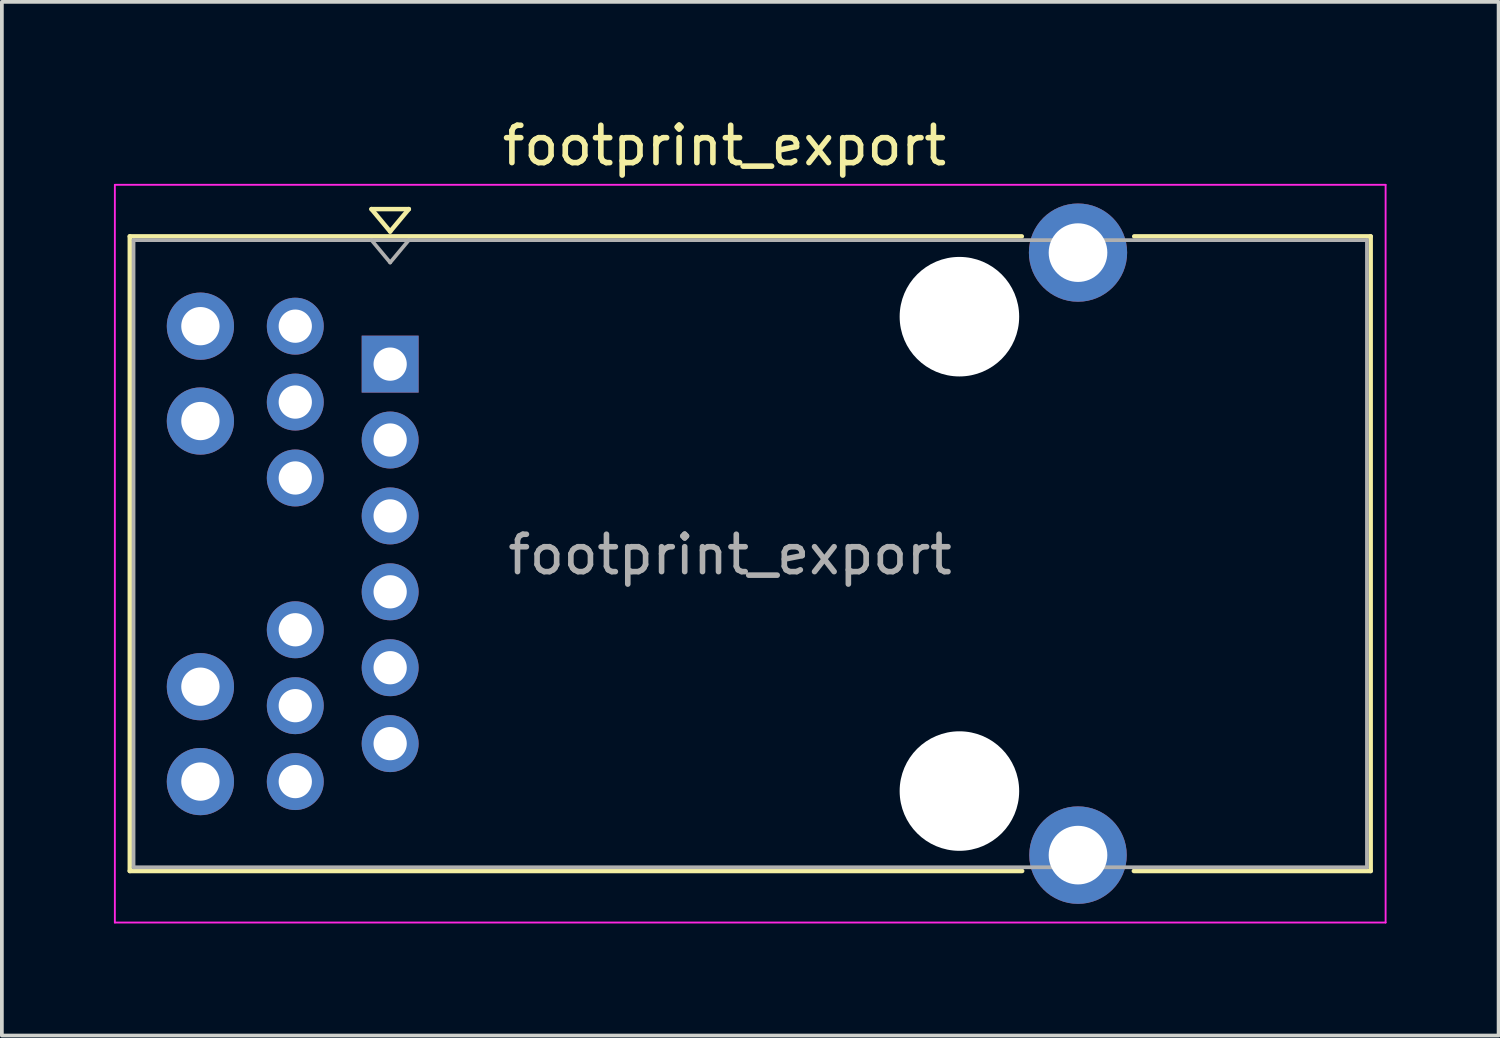
<source format=kicad_pcb>
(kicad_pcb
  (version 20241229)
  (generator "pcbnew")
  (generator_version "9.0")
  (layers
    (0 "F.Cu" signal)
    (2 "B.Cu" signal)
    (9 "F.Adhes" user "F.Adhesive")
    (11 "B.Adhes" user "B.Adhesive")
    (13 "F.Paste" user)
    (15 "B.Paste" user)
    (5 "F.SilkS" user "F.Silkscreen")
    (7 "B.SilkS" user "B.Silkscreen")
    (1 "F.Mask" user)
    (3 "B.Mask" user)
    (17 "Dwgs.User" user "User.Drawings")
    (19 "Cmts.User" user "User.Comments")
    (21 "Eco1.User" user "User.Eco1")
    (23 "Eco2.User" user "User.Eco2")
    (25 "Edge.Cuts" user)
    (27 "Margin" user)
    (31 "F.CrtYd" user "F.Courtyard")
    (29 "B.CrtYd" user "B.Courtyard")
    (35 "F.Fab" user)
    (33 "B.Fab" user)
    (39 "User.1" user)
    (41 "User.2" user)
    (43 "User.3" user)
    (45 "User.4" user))
  (footprint "footprint_export"
    (layer "F.Cu")
    (at 7.395 6.698)
    (property "Reference" "footprint_export" (at 8.95 -5.85 180) (layer "F.SilkS") (effects (font (size 1 1) (thickness 0.15))))
    (attr through_hole)
    (fp_line (start -6.97 -3.42) (end 16.91 -3.42) (stroke (width 0.12) (type solid)) (layer "F.SilkS"))
    (fp_line (start -6.97 13.57) (end -6.97 -3.42) (stroke (width 0.12) (type solid)) (layer "F.SilkS"))
    (fp_line (start -0.5 -4.15) (end 0 -3.55) (stroke (width 0.12) (type solid)) (layer "F.SilkS"))
    (fp_line (start -0.5 -4.15) (end 0.5 -4.15) (stroke (width 0.12) (type solid)) (layer "F.SilkS"))
    (fp_line (start 0.5 -4.15) (end 0 -3.55) (stroke (width 0.12) (type solid)) (layer "F.SilkS"))
    (fp_line (start 16.92 13.57) (end -6.97 13.57) (stroke (width 0.12) (type solid)) (layer "F.SilkS"))
    (fp_line (start 26.25 -3.42) (end 19.92 -3.42) (stroke (width 0.12) (type solid)) (layer "F.SilkS"))
    (fp_line (start 26.25 13.57) (end 19.91 13.57) (stroke (width 0.12) (type solid)) (layer "F.SilkS"))
    (fp_line (start 26.25 13.57) (end 26.25 -3.42) (stroke (width 0.12) (type solid)) (layer "F.SilkS"))
    (fp_line (start -7.37 -4.8) (end 26.65 -4.8) (stroke (width 0.05) (type solid)) (layer "F.CrtYd"))
    (fp_line (start -7.37 14.95) (end -7.37 -4.8) (stroke (width 0.05) (type solid)) (layer "F.CrtYd"))
    (fp_line (start -7.37 14.95) (end 26.65 14.95) (stroke (width 0.05) (type solid)) (layer "F.CrtYd"))
    (fp_line (start 26.65 14.95) (end 26.65 -4.8) (stroke (width 0.05) (type solid)) (layer "F.CrtYd"))
    (fp_line (start -6.87 -3.32) (end -6.87 13.47) (stroke (width 0.1) (type solid)) (layer "F.Fab"))
    (fp_line (start -6.87 -3.32) (end 26.15 -3.32) (stroke (width 0.1) (type solid)) (layer "F.Fab"))
    (fp_line (start -6.87 13.47) (end 26.15 13.47) (stroke (width 0.1) (type solid)) (layer "F.Fab"))
    (fp_line (start -0.5 -3.32) (end 0 -2.72) (stroke (width 0.1) (type solid)) (layer "F.Fab"))
    (fp_line (start 0 -2.72) (end 0.5 -3.32) (stroke (width 0.1) (type solid)) (layer "F.Fab"))
    (fp_line (start 26.15 13.47) (end 26.15 -3.32) (stroke (width 0.1) (type solid)) (layer "F.Fab"))
    (fp_text user "${REFERENCE}" (at 9.1 5.1 180) (layer "F.Fab") (effects (font (size 1 1) (thickness 0.15))))
    (pad "" np_thru_hole circle (at 15.24 -1.27 180) (size 3.2 3.2) (drill 3.2) (layers "*.Cu" "*.Mask"))
    (pad "" np_thru_hole circle (at 15.24 11.43 180) (size 3.2 3.2) (drill 3.2) (layers "*.Cu" "*.Mask"))
    (pad "1" thru_hole rect (at 0 0 180) (size 1.524 1.524) (drill 0.89) (layers "*.Cu" "*.Mask"))
    (pad "2" thru_hole circle (at 0 2.032 180) (size 1.524 1.524) (drill 0.89) (layers "*.Cu" "*.Mask"))
    (pad "3" thru_hole circle (at 0 4.064 180) (size 1.524 1.524) (drill 0.89) (layers "*.Cu" "*.Mask"))
    (pad "4" thru_hole circle (at 0 6.096 180) (size 1.524 1.524) (drill 0.89) (layers "*.Cu" "*.Mask"))
    (pad "5" thru_hole circle (at 0 8.128 180) (size 1.524 1.524) (drill 0.89) (layers "*.Cu" "*.Mask"))
    (pad "6" thru_hole circle (at 0 10.16 180) (size 1.524 1.524) (drill 0.89) (layers "*.Cu" "*.Mask"))
    (pad "7" thru_hole circle (at -2.54 -1.016 180) (size 1.524 1.524) (drill 0.89) (layers "*.Cu" "*.Mask"))
    (pad "8" thru_hole circle (at -2.54 1.016 180) (size 1.524 1.524) (drill 0.89) (layers "*.Cu" "*.Mask"))
    (pad "9" thru_hole circle (at -2.54 3.048 180) (size 1.524 1.524) (drill 0.89) (layers "*.Cu" "*.Mask"))
    (pad "10" thru_hole circle (at -2.54 7.112 180) (size 1.524 1.524) (drill 0.89) (layers "*.Cu" "*.Mask"))
    (pad "11" thru_hole circle (at -2.54 9.144 180) (size 1.524 1.524) (drill 0.89) (layers "*.Cu" "*.Mask"))
    (pad "12" thru_hole circle (at -2.54 11.176 180) (size 1.524 1.524) (drill 0.89) (layers "*.Cu" "*.Mask"))
    (pad "13" thru_hole circle (at -5.08 -1.016 180) (size 1.8 1.8) (drill 1.025) (layers "*.Cu" "*.Mask"))
    (pad "14" thru_hole circle (at -5.08 1.524 180) (size 1.8 1.8) (drill 1.025) (layers "*.Cu" "*.Mask"))
    (pad "15" thru_hole circle (at -5.08 8.636 180) (size 1.8 1.8) (drill 1.025) (layers "*.Cu" "*.Mask"))
    (pad "16" thru_hole circle (at -5.08 11.176 180) (size 1.8 1.8) (drill 1.025) (layers "*.Cu" "*.Mask"))
    (pad "SH" thru_hole circle (at 18.415 -2.985 180) (size 2.63 2.63) (drill 1.57) (layers "*.Cu" "*.Mask"))
    (pad "SH" thru_hole circle (at 18.415 13.145 180) (size 2.61 2.61) (drill 1.57) (layers "*.Cu" "*.Mask")))
  (gr_rect
    (start -3 -3)
    (end 37.07 24.673)
    (stroke (width 0.1) (type default))
    (fill no)
    (layer "Edge.Cuts")))
</source>
